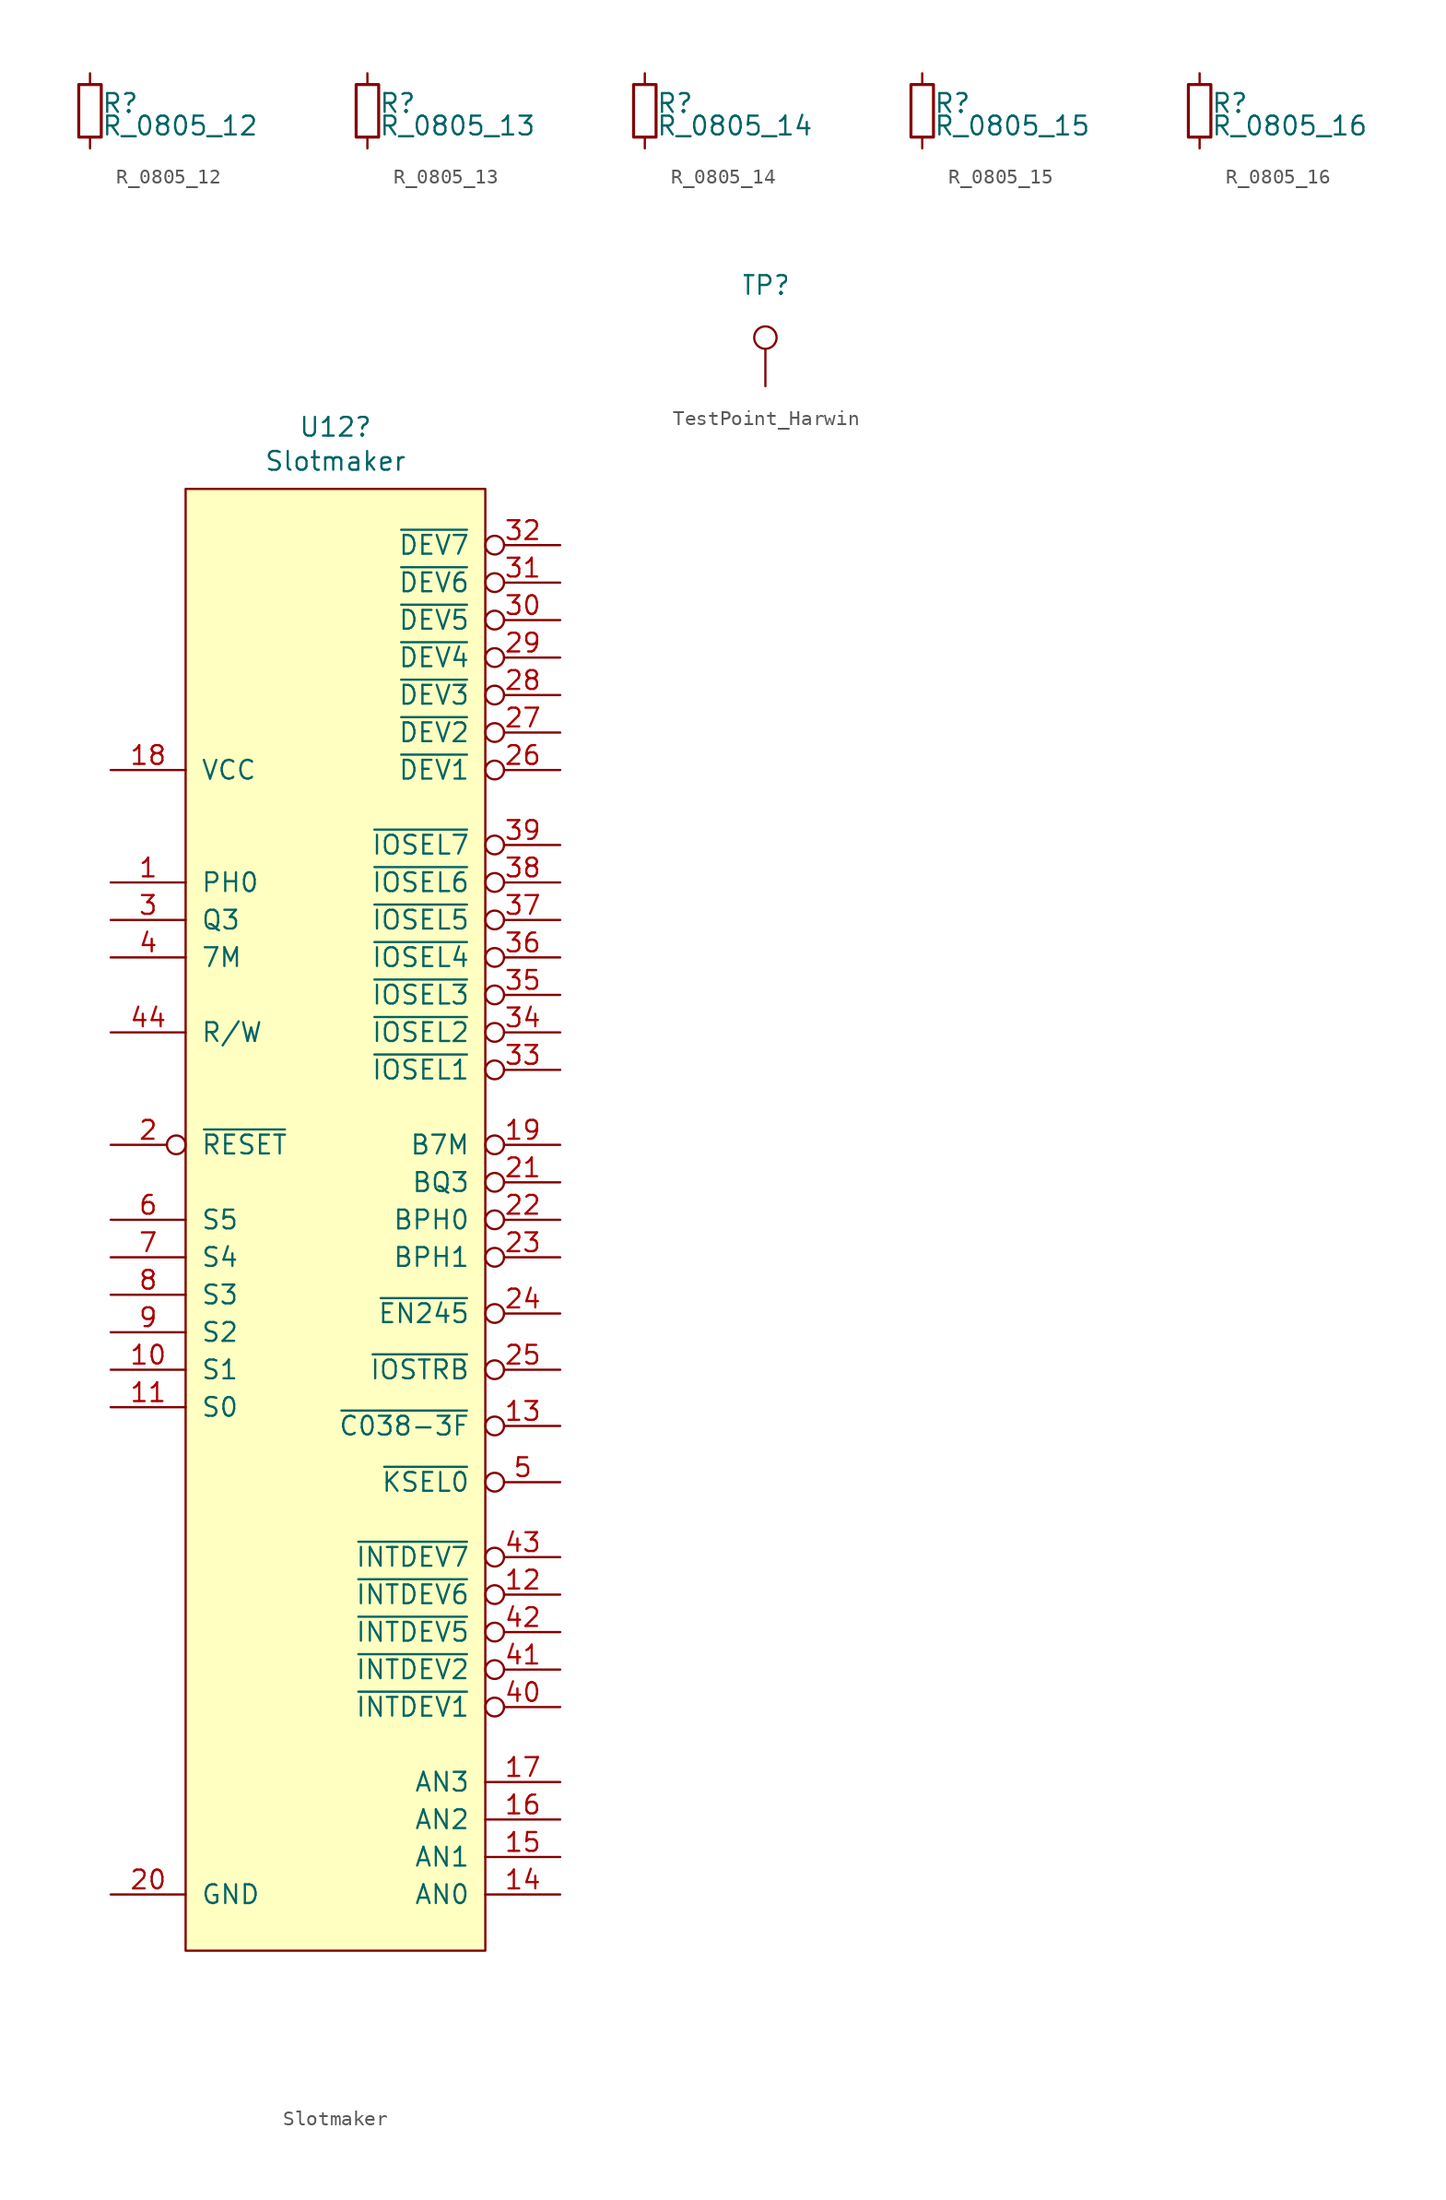
<source format=kicad_sym>
(kicad_symbol_lib
  (version 20220914)
  (generator kicad_symbol_editor)
  (symbol "R_0805_12"
    (pin_numbers hide)
    (pin_names
      (offset 0.254) hide)
    (property "Reference" "R"
      (at 0.762 0.508 0)
      (effects (font (size 1.27 1.27)) (justify left)))
    (property "Value" "R_0805_12"
      (at 0.762 -1.016 0)
      (effects (font (size 1.27 1.27)) (justify left)))
    (symbol "R_0805_12_0_1"
      (rectangle (start -0.762 1.778) (end 0.762 -1.778) (stroke (width 0.203) (type default)) (fill (type none))))
    (symbol "R_0805_12_1_1"
      (pin passive line (at 0 2.54 270) (length 0.762) (name "~" (effects (font (size 1.27 1.27)))) (number "1" (effects (font (size 1.27 1.27)))))
      (pin passive line (at 0 -2.54 90) (length 0.762) (name "~" (effects (font (size 1.27 1.27)))) (number "2" (effects (font (size 1.27 1.27)))))))
  (symbol "R_0805_13"
    (pin_numbers hide)
    (pin_names
      (offset 0.254) hide)
    (property "Reference" "R"
      (at 0.762 0.508 0)
      (effects (font (size 1.27 1.27)) (justify left)))
    (property "Value" "R_0805_13"
      (at 0.762 -1.016 0)
      (effects (font (size 1.27 1.27)) (justify left)))
    (symbol "R_0805_13_0_1"
      (rectangle (start -0.762 1.778) (end 0.762 -1.778) (stroke (width 0.203) (type default)) (fill (type none))))
    (symbol "R_0805_13_1_1"
      (pin passive line (at 0 2.54 270) (length 0.762) (name "~" (effects (font (size 1.27 1.27)))) (number "1" (effects (font (size 1.27 1.27)))))
      (pin passive line (at 0 -2.54 90) (length 0.762) (name "~" (effects (font (size 1.27 1.27)))) (number "2" (effects (font (size 1.27 1.27)))))))
  (symbol "R_0805_14"
    (pin_numbers hide)
    (pin_names
      (offset 0.254) hide)
    (property "Reference" "R"
      (at 0.762 0.508 0)
      (effects (font (size 1.27 1.27)) (justify left)))
    (property "Value" "R_0805_14"
      (at 0.762 -1.016 0)
      (effects (font (size 1.27 1.27)) (justify left)))
    (symbol "R_0805_14_0_1"
      (rectangle (start -0.762 1.778) (end 0.762 -1.778) (stroke (width 0.203) (type default)) (fill (type none))))
    (symbol "R_0805_14_1_1"
      (pin passive line (at 0 2.54 270) (length 0.762) (name "~" (effects (font (size 1.27 1.27)))) (number "1" (effects (font (size 1.27 1.27)))))
      (pin passive line (at 0 -2.54 90) (length 0.762) (name "~" (effects (font (size 1.27 1.27)))) (number "2" (effects (font (size 1.27 1.27)))))))
  (symbol "R_0805_15"
    (pin_numbers hide)
    (pin_names
      (offset 0.254) hide)
    (property "Reference" "R"
      (at 0.762 0.508 0)
      (effects (font (size 1.27 1.27)) (justify left)))
    (property "Value" "R_0805_15"
      (at 0.762 -1.016 0)
      (effects (font (size 1.27 1.27)) (justify left)))
    (symbol "R_0805_15_0_1"
      (rectangle (start -0.762 1.778) (end 0.762 -1.778) (stroke (width 0.203) (type default)) (fill (type none))))
    (symbol "R_0805_15_1_1"
      (pin passive line (at 0 2.54 270) (length 0.762) (name "~" (effects (font (size 1.27 1.27)))) (number "1" (effects (font (size 1.27 1.27)))))
      (pin passive line (at 0 -2.54 90) (length 0.762) (name "~" (effects (font (size 1.27 1.27)))) (number "2" (effects (font (size 1.27 1.27)))))))
  (symbol "R_0805_16"
    (pin_numbers hide)
    (pin_names
      (offset 0.254) hide)
    (property "Reference" "R"
      (at 0.762 0.508 0)
      (effects (font (size 1.27 1.27)) (justify left)))
    (property "Value" "R_0805_16"
      (at 0.762 -1.016 0)
      (effects (font (size 1.27 1.27)) (justify left)))
    (symbol "R_0805_16_0_1"
      (rectangle (start -0.762 1.778) (end 0.762 -1.778) (stroke (width 0.203) (type default)) (fill (type none))))
    (symbol "R_0805_16_1_1"
      (pin passive line (at 0 2.54 270) (length 0.762) (name "~" (effects (font (size 1.27 1.27)))) (number "1" (effects (font (size 1.27 1.27)))))
      (pin passive line (at 0 -2.54 90) (length 0.762) (name "~" (effects (font (size 1.27 1.27)))) (number "2" (effects (font (size 1.27 1.27)))))))
  (symbol "Slotmaker"
    (pin_names
      (offset 1.016))
    (property "Reference" "U12"
      (at 1.27 51.181 0)
      (effects (font (size 1.27 1.27))))
    (property "Value" "Slotmaker"
      (at 1.27 48.87 0)
      (effects (font (size 1.27 1.27))))
    (symbol "Slotmaker_0_0"
      (rectangle (start 11.43 46.99) (end -8.89 -52.07) (stroke (width 0) (type default)) (fill (type background))))
    (symbol "Slotmaker_1_1"
      (pin input line (at -13.97 20.32 0) (length 5.08) (name "PH0" (effects (font (size 1.27 1.27)))) (number "1" (effects (font (size 1.27 1.27)))))
      (pin input line (at -13.97 -12.7 0) (length 5.08) (name "S1" (effects (font (size 1.27 1.27)))) (number "10" (effects (font (size 1.27 1.27)))))
      (pin input line (at -13.97 -15.24 0) (length 5.08) (name "S0" (effects (font (size 1.27 1.27)))) (number "11" (effects (font (size 1.27 1.27)))))
      (pin output inverted (at 16.51 -27.94 180) (length 5.08) (name "~{INTDEV6}" (effects (font (size 1.27 1.27)))) (number "12" (effects (font (size 1.27 1.27)))))
      (pin output inverted (at 16.51 -16.51 180) (length 5.08) (name "~{C038-3F}" (effects (font (size 1.27 1.27)))) (number "13" (effects (font (size 1.27 1.27)))))
      (pin output line (at 16.51 -48.26 180) (length 5.08) (name "AN0" (effects (font (size 1.27 1.27)))) (number "14" (effects (font (size 1.27 1.27)))))
      (pin output line (at 16.51 -45.72 180) (length 5.08) (name "AN1" (effects (font (size 1.27 1.27)))) (number "15" (effects (font (size 1.27 1.27)))))
      (pin output line (at 16.51 -43.18 180) (length 5.08) (name "AN2" (effects (font (size 1.27 1.27)))) (number "16" (effects (font (size 1.27 1.27)))))
      (pin output line (at 16.51 -40.64 180) (length 5.08) (name "AN3" (effects (font (size 1.27 1.27)))) (number "17" (effects (font (size 1.27 1.27)))))
      (pin power_in line (at -13.97 27.94 0) (length 5.08) (name "VCC" (effects (font (size 1.27 1.27)))) (number "18" (effects (font (size 1.27 1.27)))))
      (pin output inverted (at 16.51 2.54 180) (length 5.08) (name "B7M" (effects (font (size 1.27 1.27)))) (number "19" (effects (font (size 1.27 1.27)))))
      (pin input inverted (at -13.97 2.54 0) (length 5.08) (name "~{RESET}" (effects (font (size 1.27 1.27)))) (number "2" (effects (font (size 1.27 1.27)))))
      (pin power_in line (at -13.97 -48.26 0) (length 5.08) (name "GND" (effects (font (size 1.27 1.27)))) (number "20" (effects (font (size 1.27 1.27)))))
      (pin output inverted (at 16.51 0 180) (length 5.08) (name "BQ3" (effects (font (size 1.27 1.27)))) (number "21" (effects (font (size 1.27 1.27)))))
      (pin output inverted (at 16.51 -2.54 180) (length 5.08) (name "BPH0" (effects (font (size 1.27 1.27)))) (number "22" (effects (font (size 1.27 1.27)))))
      (pin output inverted (at 16.51 -5.08 180) (length 5.08) (name "BPH1" (effects (font (size 1.27 1.27)))) (number "23" (effects (font (size 1.27 1.27)))))
      (pin output inverted (at 16.51 -8.89 180) (length 5.08) (name "~{EN245}" (effects (font (size 1.27 1.27)))) (number "24" (effects (font (size 1.27 1.27)))))
      (pin output inverted (at 16.51 -12.7 180) (length 5.08) (name "~{IOSTRB}" (effects (font (size 1.27 1.27)))) (number "25" (effects (font (size 1.27 1.27)))))
      (pin output inverted (at 16.51 27.94 180) (length 5.08) (name "~{DEV1}" (effects (font (size 1.27 1.27)))) (number "26" (effects (font (size 1.27 1.27)))))
      (pin output inverted (at 16.51 30.48 180) (length 5.08) (name "~{DEV2}" (effects (font (size 1.27 1.27)))) (number "27" (effects (font (size 1.27 1.27)))))
      (pin output inverted (at 16.51 33.02 180) (length 5.08) (name "~{DEV3}" (effects (font (size 1.27 1.27)))) (number "28" (effects (font (size 1.27 1.27)))))
      (pin output inverted (at 16.51 35.56 180) (length 5.08) (name "~{DEV4}" (effects (font (size 1.27 1.27)))) (number "29" (effects (font (size 1.27 1.27)))))
      (pin input line (at -13.97 17.78 0) (length 5.08) (name "Q3" (effects (font (size 1.27 1.27)))) (number "3" (effects (font (size 1.27 1.27)))))
      (pin output inverted (at 16.51 38.1 180) (length 5.08) (name "~{DEV5}" (effects (font (size 1.27 1.27)))) (number "30" (effects (font (size 1.27 1.27)))))
      (pin output inverted (at 16.51 40.64 180) (length 5.08) (name "~{DEV6}" (effects (font (size 1.27 1.27)))) (number "31" (effects (font (size 1.27 1.27)))))
      (pin output inverted (at 16.51 43.18 180) (length 5.08) (name "~{DEV7}" (effects (font (size 1.27 1.27)))) (number "32" (effects (font (size 1.27 1.27)))))
      (pin output inverted (at 16.51 7.62 180) (length 5.08) (name "~{IOSEL1}" (effects (font (size 1.27 1.27)))) (number "33" (effects (font (size 1.27 1.27)))))
      (pin output inverted (at 16.51 10.16 180) (length 5.08) (name "~{IOSEL2}" (effects (font (size 1.27 1.27)))) (number "34" (effects (font (size 1.27 1.27)))))
      (pin output inverted (at 16.51 12.7 180) (length 5.08) (name "~{IOSEL3}" (effects (font (size 1.27 1.27)))) (number "35" (effects (font (size 1.27 1.27)))))
      (pin output inverted (at 16.51 15.24 180) (length 5.08) (name "~{IOSEL4}" (effects (font (size 1.27 1.27)))) (number "36" (effects (font (size 1.27 1.27)))))
      (pin output inverted (at 16.51 17.78 180) (length 5.08) (name "~{IOSEL5}" (effects (font (size 1.27 1.27)))) (number "37" (effects (font (size 1.27 1.27)))))
      (pin output inverted (at 16.51 20.32 180) (length 5.08) (name "~{IOSEL6}" (effects (font (size 1.27 1.27)))) (number "38" (effects (font (size 1.27 1.27)))))
      (pin output inverted (at 16.51 22.86 180) (length 5.08) (name "~{IOSEL7}" (effects (font (size 1.27 1.27)))) (number "39" (effects (font (size 1.27 1.27)))))
      (pin input line (at -13.97 15.24 0) (length 5.08) (name "7M" (effects (font (size 1.27 1.27)))) (number "4" (effects (font (size 1.27 1.27)))))
      (pin output inverted (at 16.51 -35.56 180) (length 5.08) (name "~{INTDEV1}" (effects (font (size 1.27 1.27)))) (number "40" (effects (font (size 1.27 1.27)))))
      (pin output inverted (at 16.51 -33.02 180) (length 5.08) (name "~{INTDEV2}" (effects (font (size 1.27 1.27)))) (number "41" (effects (font (size 1.27 1.27)))))
      (pin output inverted (at 16.51 -30.48 180) (length 5.08) (name "~{INTDEV5}" (effects (font (size 1.27 1.27)))) (number "42" (effects (font (size 1.27 1.27)))))
      (pin output inverted (at 16.51 -25.4 180) (length 5.08) (name "~{INTDEV7}" (effects (font (size 1.27 1.27)))) (number "43" (effects (font (size 1.27 1.27)))))
      (pin input line (at -13.97 10.16 0) (length 5.08) (name "R/W" (effects (font (size 1.27 1.27)))) (number "44" (effects (font (size 1.27 1.27)))))
      (pin output inverted (at 16.51 -20.32 180) (length 5.08) (name "~{KSEL0}" (effects (font (size 1.27 1.27)))) (number "5" (effects (font (size 1.27 1.27)))))
      (pin input line (at -13.97 -2.54 0) (length 5.08) (name "S5" (effects (font (size 1.27 1.27)))) (number "6" (effects (font (size 1.27 1.27)))))
      (pin input line (at -13.97 -5.08 0) (length 5.08) (name "S4" (effects (font (size 1.27 1.27)))) (number "7" (effects (font (size 1.27 1.27)))))
      (pin input line (at -13.97 -7.62 0) (length 5.08) (name "S3" (effects (font (size 1.27 1.27)))) (number "8" (effects (font (size 1.27 1.27)))))
      (pin input line (at -13.97 -10.16 0) (length 5.08) (name "S2" (effects (font (size 1.27 1.27)))) (number "9" (effects (font (size 1.27 1.27)))))))
  (symbol "TestPoint_Harwin"
    (pin_numbers hide)
    (pin_names
      (offset 0.762) hide)
    (property "Reference" "TP"
      (at 0 6.858 0)
      (effects (font (size 1.27 1.27))))
    (symbol "TestPoint_Harwin_0_1"
      (circle (center 0 3.302) (radius 0.762) (stroke (width 0) (type default)) (fill (type none))))
    (symbol "TestPoint_Harwin_1_1"
      (pin passive line (at 0 0 90) (length 2.54) (name "1" (effects (font (size 1.27 1.27)))) (number "1" (effects (font (size 1.27 1.27))))))))
</source>
